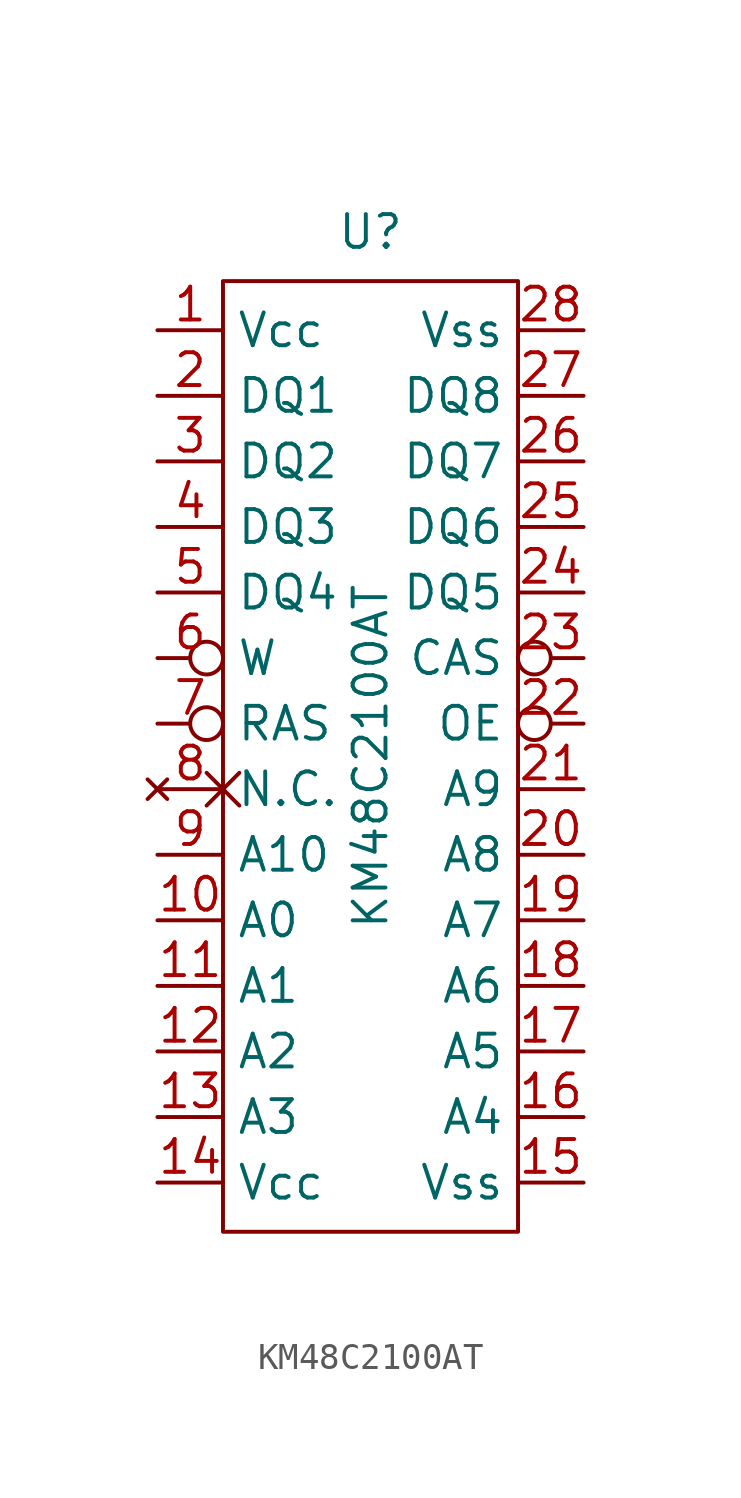
<source format=kicad_sym>
(kicad_symbol_lib
  (version 20211014)
  (generator kicad_symbol_editor)
  (symbol "KM48C2100AT"
    (property "Reference" "U"
      (at 0 20.32 0)
      (effects (font (size 1.27 1.27))))
    (property "Value" "KM48C2100AT"
      (at 0 0 90)
      (effects (font (size 1.27 1.27))))
    (symbol "KM48C2100AT_0_1"
      (polyline (pts (xy -5.715 18.415) (xy -5.715 -18.415) (xy 5.715 -18.415) (xy 5.715 18.415) (xy -5.715 18.415)) (stroke (width 0) (type default) (color 0 0 0 0)) (fill (type none))))
    (symbol "KM48C2100AT_1_1"
      (pin passive line (at -8.255 16.51 0) (length 2.54) (name "Vcc" (effects (font (size 1.27 1.27)))) (number "1" (effects (font (size 1.27 1.27)))))
      (pin passive line (at -8.255 -6.35 0) (length 2.54) (name "A0" (effects (font (size 1.27 1.27)))) (number "10" (effects (font (size 1.27 1.27)))))
      (pin passive line (at -8.255 -8.89 0) (length 2.54) (name "A1" (effects (font (size 1.27 1.27)))) (number "11" (effects (font (size 1.27 1.27)))))
      (pin passive line (at -8.255 -11.43 0) (length 2.54) (name "A2" (effects (font (size 1.27 1.27)))) (number "12" (effects (font (size 1.27 1.27)))))
      (pin passive line (at -8.255 -13.97 0) (length 2.54) (name "A3" (effects (font (size 1.27 1.27)))) (number "13" (effects (font (size 1.27 1.27)))))
      (pin passive line (at -8.255 -16.51 0) (length 2.54) (name "Vcc" (effects (font (size 1.27 1.27)))) (number "14" (effects (font (size 1.27 1.27)))))
      (pin passive line (at 8.255 -16.51 180) (length 2.54) (name "Vss" (effects (font (size 1.27 1.27)))) (number "15" (effects (font (size 1.27 1.27)))))
      (pin passive line (at 8.255 -13.97 180) (length 2.54) (name "A4" (effects (font (size 1.27 1.27)))) (number "16" (effects (font (size 1.27 1.27)))))
      (pin passive line (at 8.255 -11.43 180) (length 2.54) (name "A5" (effects (font (size 1.27 1.27)))) (number "17" (effects (font (size 1.27 1.27)))))
      (pin passive line (at 8.255 -8.89 180) (length 2.54) (name "A6" (effects (font (size 1.27 1.27)))) (number "18" (effects (font (size 1.27 1.27)))))
      (pin passive line (at 8.255 -6.35 180) (length 2.54) (name "A7" (effects (font (size 1.27 1.27)))) (number "19" (effects (font (size 1.27 1.27)))))
      (pin passive line (at -8.255 13.97 0) (length 2.54) (name "DQ1" (effects (font (size 1.27 1.27)))) (number "2" (effects (font (size 1.27 1.27)))))
      (pin passive line (at 8.255 -3.81 180) (length 2.54) (name "A8" (effects (font (size 1.27 1.27)))) (number "20" (effects (font (size 1.27 1.27)))))
      (pin passive line (at 8.255 -1.27 180) (length 2.54) (name "A9" (effects (font (size 1.27 1.27)))) (number "21" (effects (font (size 1.27 1.27)))))
      (pin passive inverted (at 8.255 1.27 180) (length 2.54) (name "OE" (effects (font (size 1.27 1.27)))) (number "22" (effects (font (size 1.27 1.27)))))
      (pin passive inverted (at 8.255 3.81 180) (length 2.54) (name "CAS" (effects (font (size 1.27 1.27)))) (number "23" (effects (font (size 1.27 1.27)))))
      (pin passive line (at 8.255 6.35 180) (length 2.54) (name "DQ5" (effects (font (size 1.27 1.27)))) (number "24" (effects (font (size 1.27 1.27)))))
      (pin passive line (at 8.255 8.89 180) (length 2.54) (name "DQ6" (effects (font (size 1.27 1.27)))) (number "25" (effects (font (size 1.27 1.27)))))
      (pin passive line (at 8.255 11.43 180) (length 2.54) (name "DQ7" (effects (font (size 1.27 1.27)))) (number "26" (effects (font (size 1.27 1.27)))))
      (pin passive line (at 8.255 13.97 180) (length 2.54) (name "DQ8" (effects (font (size 1.27 1.27)))) (number "27" (effects (font (size 1.27 1.27)))))
      (pin passive line (at 8.255 16.51 180) (length 2.54) (name "Vss" (effects (font (size 1.27 1.27)))) (number "28" (effects (font (size 1.27 1.27)))))
      (pin passive line (at -8.255 11.43 0) (length 2.54) (name "DQ2" (effects (font (size 1.27 1.27)))) (number "3" (effects (font (size 1.27 1.27)))))
      (pin passive line (at -8.255 8.89 0) (length 2.54) (name "DQ3" (effects (font (size 1.27 1.27)))) (number "4" (effects (font (size 1.27 1.27)))))
      (pin passive line (at -8.255 6.35 0) (length 2.54) (name "DQ4" (effects (font (size 1.27 1.27)))) (number "5" (effects (font (size 1.27 1.27)))))
      (pin passive inverted (at -8.255 3.81 0) (length 2.54) (name "W" (effects (font (size 1.27 1.27)))) (number "6" (effects (font (size 1.27 1.27)))))
      (pin passive inverted (at -8.255 1.27 0) (length 2.54) (name "RAS" (effects (font (size 1.27 1.27)))) (number "7" (effects (font (size 1.27 1.27)))))
      (pin no_connect non_logic (at -8.255 -1.27 0) (length 2.54) (name "N.C." (effects (font (size 1.27 1.27)))) (number "8" (effects (font (size 1.27 1.27)))))
      (pin passive line (at -8.255 -3.81 0) (length 2.54) (name "A10" (effects (font (size 1.27 1.27)))) (number "9" (effects (font (size 1.27 1.27))))))))
</source>
